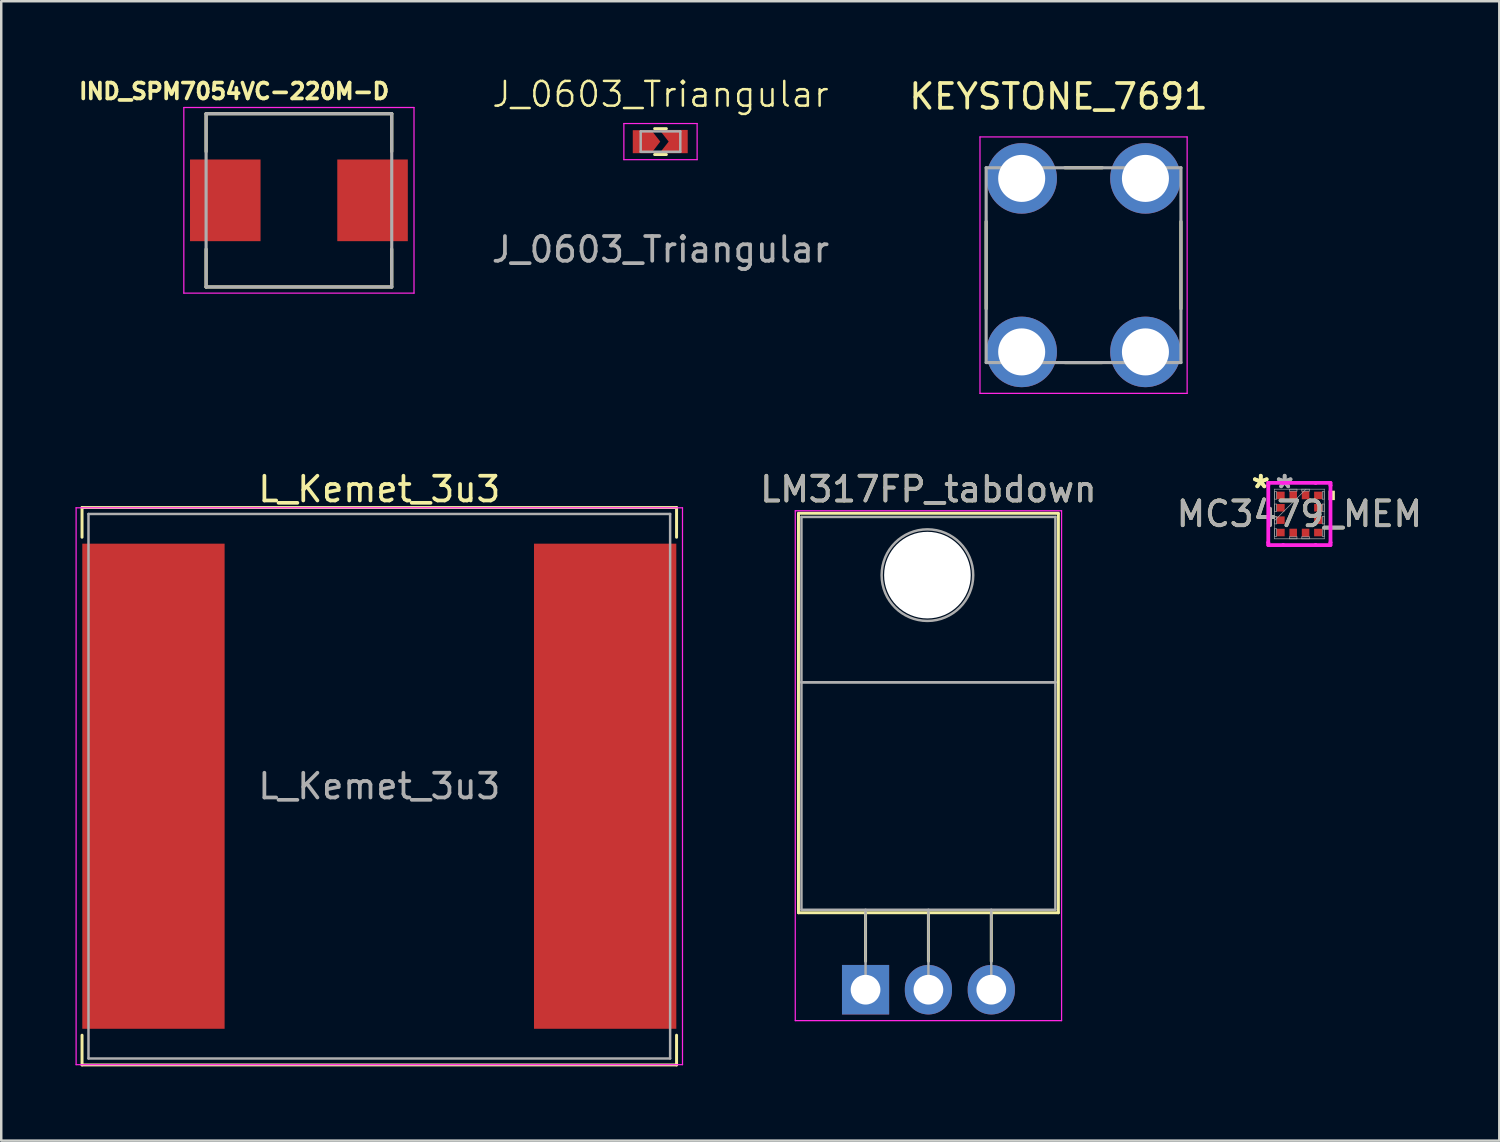
<source format=kicad_pcb>
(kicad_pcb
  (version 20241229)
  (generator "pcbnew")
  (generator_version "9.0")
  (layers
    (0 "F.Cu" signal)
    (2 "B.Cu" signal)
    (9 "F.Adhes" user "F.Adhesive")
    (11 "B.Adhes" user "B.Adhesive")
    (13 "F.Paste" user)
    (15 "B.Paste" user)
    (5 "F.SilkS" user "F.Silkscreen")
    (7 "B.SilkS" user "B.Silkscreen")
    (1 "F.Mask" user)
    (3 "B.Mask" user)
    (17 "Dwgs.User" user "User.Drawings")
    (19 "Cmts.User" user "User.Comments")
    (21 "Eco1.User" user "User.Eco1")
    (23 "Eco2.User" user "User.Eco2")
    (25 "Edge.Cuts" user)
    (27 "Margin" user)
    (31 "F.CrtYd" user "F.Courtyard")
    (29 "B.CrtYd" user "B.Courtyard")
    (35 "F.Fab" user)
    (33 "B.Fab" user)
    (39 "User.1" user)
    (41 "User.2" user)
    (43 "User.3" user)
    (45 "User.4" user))
  (footprint "L_Kemet_3u3"
    (layer "F.Cu")
    (at 12.275 28.716)
    (property "Reference" "L_Kemet_3u3" (at 0 -12 0) (layer "F.SilkS") (effects (font (size 1 1) (thickness 0.15))))
    (attr smd)
    (fp_line (start -12.01 -11.26) (end -12.01 -10.06) (stroke (width 0.12) (type solid)) (layer "F.SilkS"))
    (fp_line (start -12.01 -11.26) (end 12.01 -11.26) (stroke (width 0.12) (type solid)) (layer "F.SilkS"))
    (fp_line (start -12.01 11.26) (end -12.01 10.06) (stroke (width 0.12) (type solid)) (layer "F.SilkS"))
    (fp_line (start -12.01 11.26) (end 12.01 11.26) (stroke (width 0.12) (type solid)) (layer "F.SilkS"))
    (fp_line (start 12.01 -11.26) (end 12.01 -10.06) (stroke (width 0.12) (type solid)) (layer "F.SilkS"))
    (fp_line (start 12.01 11.26) (end 12.01 10.06) (stroke (width 0.12) (type solid)) (layer "F.SilkS"))
    (fp_line (start -12.25 -11.25) (end -12.25 11.25) (stroke (width 0.05) (type solid)) (layer "F.CrtYd"))
    (fp_line (start -12.25 11.25) (end 12.25 11.25) (stroke (width 0.05) (type solid)) (layer "F.CrtYd"))
    (fp_line (start 12.25 -11.25) (end -12.25 -11.25) (stroke (width 0.05) (type solid)) (layer "F.CrtYd"))
    (fp_line (start 12.25 11.25) (end 12.25 -11.25) (stroke (width 0.05) (type solid)) (layer "F.CrtYd"))
    (fp_line (start -11.75 -11) (end -11.75 11) (stroke (width 0.1) (type solid)) (layer "F.Fab"))
    (fp_line (start -11.75 11) (end 11.75 11) (stroke (width 0.1) (type solid)) (layer "F.Fab"))
    (fp_line (start 11.75 -11) (end -11.75 -11) (stroke (width 0.1) (type solid)) (layer "F.Fab"))
    (fp_line (start 11.75 11) (end 11.75 -11) (stroke (width 0.1) (type solid)) (layer "F.Fab"))
    (fp_text user "${REFERENCE}" (at 0 0 0) (layer "F.Fab") (effects (font (size 1 1) (thickness 0.15))))
    (pad "1" smd rect (at -9.125 0) (size 5.75 19.6) (layers "F.Cu" "F.Mask" "F.Paste"))
    (pad "2" smd rect (at 9.125 0) (size 5.75 19.6) (layers "F.Cu" "F.Mask" "F.Paste")))
  (footprint "IND_SPM7054VC-220M-D"
    (layer "F.Cu")
    (at 9.027 5.044)
    (property "Reference" "IND_SPM7054VC-220M-D" (at -2.618 -4.406 0) (layer "F.SilkS") (effects (font (size 0.64 0.64) (thickness 0.15))))
    (attr smd)
    (fp_line (start -3.75 -3.5) (end -3.75 -1.97) (stroke (width 0.127) (type solid)) (layer "F.SilkS"))
    (fp_line (start -3.75 -3.5) (end 3.75 -3.5) (stroke (width 0.127) (type solid)) (layer "F.SilkS"))
    (fp_line (start -3.75 3.5) (end -3.75 1.97) (stroke (width 0.127) (type solid)) (layer "F.SilkS"))
    (fp_line (start -3.75 3.5) (end 3.75 3.5) (stroke (width 0.127) (type solid)) (layer "F.SilkS"))
    (fp_line (start 3.75 -3.5) (end 3.75 -1.97) (stroke (width 0.127) (type solid)) (layer "F.SilkS"))
    (fp_line (start 3.75 3.5) (end 3.75 1.97) (stroke (width 0.127) (type solid)) (layer "F.SilkS"))
    (fp_line (start -4.65 -3.75) (end -4.65 3.75) (stroke (width 0.05) (type solid)) (layer "F.CrtYd"))
    (fp_line (start -4.65 3.75) (end 4.65 3.75) (stroke (width 0.05) (type solid)) (layer "F.CrtYd"))
    (fp_line (start 4.65 -3.75) (end -4.65 -3.75) (stroke (width 0.05) (type solid)) (layer "F.CrtYd"))
    (fp_line (start 4.65 3.75) (end 4.65 -3.75) (stroke (width 0.05) (type solid)) (layer "F.CrtYd"))
    (fp_line (start -3.75 -3.5) (end -3.75 3.5) (stroke (width 0.127) (type solid)) (layer "F.Fab"))
    (fp_line (start -3.75 -3.5) (end 3.75 -3.5) (stroke (width 0.127) (type solid)) (layer "F.Fab"))
    (fp_line (start -3.75 3.5) (end 3.75 3.5) (stroke (width 0.127) (type solid)) (layer "F.Fab"))
    (fp_line (start 3.75 -3.5) (end 3.75 3.5) (stroke (width 0.127) (type solid)) (layer "F.Fab"))
    (pad "1" smd rect (at -2.975 0) (size 2.85 3.3) (layers "F.Cu" "F.Mask" "F.Paste"))
    (pad "2" smd rect (at 2.975 0) (size 2.85 3.3) (layers "F.Cu" "F.Mask" "F.Paste")))
  (footprint "MC3479_MEM"
    (layer "F.Cu")
    (at 49.449 17.716)
    (property "Reference" "MC3479_MEM" (at 0 0 0) (unlocked yes) (layer "F.SilkS") (effects (font (size 1 1) (thickness 0.15))))
    (attr smd)
    (fp_poly (pts (xy 1.433 -0.941) (xy 1.433 -0.56) (xy 1.179 -0.56) (xy 1.179 -0.941)) (stroke (width 0) (type solid)) (fill yes) (layer "F.SilkS"))
    (fp_line (start -1.257 -1.257) (end -0.656 -1.257) (stroke (width 0.152) (type solid)) (layer "F.CrtYd"))
    (fp_line (start -1.257 -1.156) (end -1.257 -1.257) (stroke (width 0.152) (type solid)) (layer "F.CrtYd"))
    (fp_line (start -1.257 -1.156) (end -1.257 -1.156) (stroke (width 0.152) (type solid)) (layer "F.CrtYd"))
    (fp_line (start -1.257 1.156) (end -1.257 -1.156) (stroke (width 0.152) (type solid)) (layer "F.CrtYd"))
    (fp_line (start -1.257 1.156) (end -1.257 1.156) (stroke (width 0.152) (type solid)) (layer "F.CrtYd"))
    (fp_line (start -1.257 1.257) (end -1.257 1.156) (stroke (width 0.152) (type solid)) (layer "F.CrtYd"))
    (fp_line (start -0.656 -1.257) (end -0.656 -1.257) (stroke (width 0.152) (type solid)) (layer "F.CrtYd"))
    (fp_line (start -0.656 -1.257) (end 0.656 -1.257) (stroke (width 0.152) (type solid)) (layer "F.CrtYd"))
    (fp_line (start -0.656 1.257) (end -1.257 1.257) (stroke (width 0.152) (type solid)) (layer "F.CrtYd"))
    (fp_line (start -0.656 1.257) (end -0.656 1.257) (stroke (width 0.152) (type solid)) (layer "F.CrtYd"))
    (fp_line (start 0.656 -1.257) (end 0.656 -1.257) (stroke (width 0.152) (type solid)) (layer "F.CrtYd"))
    (fp_line (start 0.656 -1.257) (end 1.257 -1.257) (stroke (width 0.152) (type solid)) (layer "F.CrtYd"))
    (fp_line (start 0.656 1.257) (end -0.656 1.257) (stroke (width 0.152) (type solid)) (layer "F.CrtYd"))
    (fp_line (start 0.656 1.257) (end 0.656 1.257) (stroke (width 0.152) (type solid)) (layer "F.CrtYd"))
    (fp_line (start 1.257 -1.257) (end 1.257 -1.156) (stroke (width 0.152) (type solid)) (layer "F.CrtYd"))
    (fp_line (start 1.257 -1.156) (end 1.257 -1.156) (stroke (width 0.152) (type solid)) (layer "F.CrtYd"))
    (fp_line (start 1.257 -1.156) (end 1.257 1.156) (stroke (width 0.152) (type solid)) (layer "F.CrtYd"))
    (fp_line (start 1.257 1.156) (end 1.257 1.156) (stroke (width 0.152) (type solid)) (layer "F.CrtYd"))
    (fp_line (start 1.257 1.156) (end 1.257 1.257) (stroke (width 0.152) (type solid)) (layer "F.CrtYd"))
    (fp_line (start 1.257 1.257) (end 0.656 1.257) (stroke (width 0.152) (type solid)) (layer "F.CrtYd"))
    (fp_line (start -1.003 -1.003) (end -1.003 -1.003) (stroke (width 0.025) (type solid)) (layer "F.Fab"))
    (fp_line (start -1.003 -1.003) (end -1.003 1.003) (stroke (width 0.025) (type solid)) (layer "F.Fab"))
    (fp_line (start -1.003 -0.902) (end -0.925 -0.902) (stroke (width 0.025) (type solid)) (layer "F.Fab"))
    (fp_line (start -1.003 -0.598) (end -1.003 -0.902) (stroke (width 0.025) (type solid)) (layer "F.Fab"))
    (fp_line (start -1.003 -0.402) (end -0.925 -0.402) (stroke (width 0.025) (type solid)) (layer "F.Fab"))
    (fp_line (start -1.003 -0.098) (end -1.003 -0.402) (stroke (width 0.025) (type solid)) (layer "F.Fab"))
    (fp_line (start -1.003 0.098) (end -0.925 0.098) (stroke (width 0.025) (type solid)) (layer "F.Fab"))
    (fp_line (start -1.003 0.267) (end 0.267 -1.003) (stroke (width 0.025) (type solid)) (layer "F.Fab"))
    (fp_line (start -1.003 0.402) (end -1.003 0.098) (stroke (width 0.025) (type solid)) (layer "F.Fab"))
    (fp_line (start -1.003 0.598) (end -0.925 0.598) (stroke (width 0.025) (type solid)) (layer "F.Fab"))
    (fp_line (start -1.003 0.902) (end -1.003 0.598) (stroke (width 0.025) (type solid)) (layer "F.Fab"))
    (fp_line (start -1.003 1.003) (end -1.003 1.003) (stroke (width 0.025) (type solid)) (layer "F.Fab"))
    (fp_line (start -1.003 1.003) (end 1.003 1.003) (stroke (width 0.025) (type solid)) (layer "F.Fab"))
    (fp_line (start -0.925 -0.902) (end -0.925 -0.598) (stroke (width 0.025) (type solid)) (layer "F.Fab"))
    (fp_line (start -0.925 -0.598) (end -1.003 -0.598) (stroke (width 0.025) (type solid)) (layer "F.Fab"))
    (fp_line (start -0.925 -0.402) (end -0.925 -0.098) (stroke (width 0.025) (type solid)) (layer "F.Fab"))
    (fp_line (start -0.925 -0.098) (end -1.003 -0.098) (stroke (width 0.025) (type solid)) (layer "F.Fab"))
    (fp_line (start -0.925 0.098) (end -0.925 0.402) (stroke (width 0.025) (type solid)) (layer "F.Fab"))
    (fp_line (start -0.925 0.402) (end -1.003 0.402) (stroke (width 0.025) (type solid)) (layer "F.Fab"))
    (fp_line (start -0.925 0.598) (end -0.925 0.902) (stroke (width 0.025) (type solid)) (layer "F.Fab"))
    (fp_line (start -0.925 0.902) (end -1.003 0.902) (stroke (width 0.025) (type solid)) (layer "F.Fab"))
    (fp_line (start -0.402 -1.003) (end -0.098 -1.003) (stroke (width 0.025) (type solid)) (layer "F.Fab"))
    (fp_line (start -0.402 -0.925) (end -0.402 -1.003) (stroke (width 0.025) (type solid)) (layer "F.Fab"))
    (fp_line (start -0.402 0.925) (end -0.098 0.925) (stroke (width 0.025) (type solid)) (layer "F.Fab"))
    (fp_line (start -0.402 1.003) (end -0.402 0.925) (stroke (width 0.025) (type solid)) (layer "F.Fab"))
    (fp_line (start -0.098 -1.003) (end -0.098 -0.925) (stroke (width 0.025) (type solid)) (layer "F.Fab"))
    (fp_line (start -0.098 -0.925) (end -0.402 -0.925) (stroke (width 0.025) (type solid)) (layer "F.Fab"))
    (fp_line (start -0.098 0.925) (end -0.098 1.003) (stroke (width 0.025) (type solid)) (layer "F.Fab"))
    (fp_line (start -0.098 1.003) (end -0.402 1.003) (stroke (width 0.025) (type solid)) (layer "F.Fab"))
    (fp_line (start 0.098 -1.003) (end 0.402 -1.003) (stroke (width 0.025) (type solid)) (layer "F.Fab"))
    (fp_line (start 0.098 -0.925) (end 0.098 -1.003) (stroke (width 0.025) (type solid)) (layer "F.Fab"))
    (fp_line (start 0.098 0.925) (end 0.402 0.925) (stroke (width 0.025) (type solid)) (layer "F.Fab"))
    (fp_line (start 0.098 1.003) (end 0.098 0.925) (stroke (width 0.025) (type solid)) (layer "F.Fab"))
    (fp_line (start 0.402 -1.003) (end 0.402 -0.925) (stroke (width 0.025) (type solid)) (layer "F.Fab"))
    (fp_line (start 0.402 -0.925) (end 0.098 -0.925) (stroke (width 0.025) (type solid)) (layer "F.Fab"))
    (fp_line (start 0.402 0.925) (end 0.402 1.003) (stroke (width 0.025) (type solid)) (layer "F.Fab"))
    (fp_line (start 0.402 1.003) (end 0.098 1.003) (stroke (width 0.025) (type solid)) (layer "F.Fab"))
    (fp_line (start 0.925 -0.902) (end 1.003 -0.902) (stroke (width 0.025) (type solid)) (layer "F.Fab"))
    (fp_line (start 0.925 -0.598) (end 0.925 -0.902) (stroke (width 0.025) (type solid)) (layer "F.Fab"))
    (fp_line (start 0.925 -0.402) (end 1.003 -0.402) (stroke (width 0.025) (type solid)) (layer "F.Fab"))
    (fp_line (start 0.925 -0.098) (end 0.925 -0.402) (stroke (width 0.025) (type solid)) (layer "F.Fab"))
    (fp_line (start 0.925 0.098) (end 1.003 0.098) (stroke (width 0.025) (type solid)) (layer "F.Fab"))
    (fp_line (start 0.925 0.402) (end 0.925 0.098) (stroke (width 0.025) (type solid)) (layer "F.Fab"))
    (fp_line (start 0.925 0.598) (end 1.003 0.598) (stroke (width 0.025) (type solid)) (layer "F.Fab"))
    (fp_line (start 0.925 0.902) (end 0.925 0.598) (stroke (width 0.025) (type solid)) (layer "F.Fab"))
    (fp_line (start 1.003 -1.003) (end -1.003 -1.003) (stroke (width 0.025) (type solid)) (layer "F.Fab"))
    (fp_line (start 1.003 -1.003) (end 1.003 -1.003) (stroke (width 0.025) (type solid)) (layer "F.Fab"))
    (fp_line (start 1.003 -0.902) (end 1.003 -0.598) (stroke (width 0.025) (type solid)) (layer "F.Fab"))
    (fp_line (start 1.003 -0.598) (end 0.925 -0.598) (stroke (width 0.025) (type solid)) (layer "F.Fab"))
    (fp_line (start 1.003 -0.402) (end 1.003 -0.098) (stroke (width 0.025) (type solid)) (layer "F.Fab"))
    (fp_line (start 1.003 -0.098) (end 0.925 -0.098) (stroke (width 0.025) (type solid)) (layer "F.Fab"))
    (fp_line (start 1.003 0.098) (end 1.003 0.402) (stroke (width 0.025) (type solid)) (layer "F.Fab"))
    (fp_line (start 1.003 0.402) (end 0.925 0.402) (stroke (width 0.025) (type solid)) (layer "F.Fab"))
    (fp_line (start 1.003 0.598) (end 1.003 0.902) (stroke (width 0.025) (type solid)) (layer "F.Fab"))
    (fp_line (start 1.003 0.902) (end 0.925 0.902) (stroke (width 0.025) (type solid)) (layer "F.Fab"))
    (fp_line (start 1.003 1.003) (end 1.003 -1.003) (stroke (width 0.025) (type solid)) (layer "F.Fab"))
    (fp_line (start 1.003 1.003) (end 1.003 1.003) (stroke (width 0.025) (type solid)) (layer "F.Fab"))
    (fp_text user "*" (at -1.56 -1 0) (layer "F.SilkS") (effects (font (size 1 1) (thickness 0.15))))
    (fp_text user "*" (at -1.56 -1 0) (unlocked yes) (layer "F.SilkS") (effects (font (size 1 1) (thickness 0.15))))
    (fp_text user "${REFERENCE}" (at 0 0 0) (unlocked yes) (layer "F.Fab") (effects (font (size 1 1) (thickness 0.15))))
    (fp_text user "*" (at -0.595 -1 0) (unlocked yes) (layer "F.Fab") (effects (font (size 1 1) (thickness 0.15))))
    (fp_text user "*" (at -0.595 -1 0) (layer "F.Fab") (effects (font (size 1 1) (thickness 0.15))))
    (pad "1" smd rect (at -0.76 -0.75 90) (size 0.305 0.33) (layers "F.Cu" "F.Mask" "F.Paste"))
    (pad "2" smd rect (at -0.76 -0.25 90) (size 0.305 0.33) (layers "F.Cu" "F.Mask" "F.Paste"))
    (pad "3" smd rect (at -0.76 0.25 90) (size 0.305 0.33) (layers "F.Cu" "F.Mask" "F.Paste"))
    (pad "4" smd rect (at -0.76 0.75 90) (size 0.305 0.33) (layers "F.Cu" "F.Mask" "F.Paste"))
    (pad "5" smd rect (at -0.25 0.76) (size 0.305 0.33) (layers "F.Cu" "F.Mask" "F.Paste"))
    (pad "6" smd rect (at 0.25 0.76) (size 0.305 0.33) (layers "F.Cu" "F.Mask" "F.Paste"))
    (pad "7" smd rect (at 0.76 0.75 90) (size 0.305 0.33) (layers "F.Cu" "F.Mask" "F.Paste"))
    (pad "8" smd rect (at 0.76 0.25 90) (size 0.305 0.33) (layers "F.Cu" "F.Mask" "F.Paste"))
    (pad "9" smd rect (at 0.76 -0.25 90) (size 0.305 0.33) (layers "F.Cu" "F.Mask" "F.Paste"))
    (pad "10" smd rect (at 0.76 -0.75 90) (size 0.305 0.33) (layers "F.Cu" "F.Mask" "F.Paste"))
    (pad "11" smd rect (at 0.25 -0.76) (size 0.305 0.33) (layers "F.Cu" "F.Mask" "F.Paste"))
    (pad "12" smd rect (at -0.25 -0.76) (size 0.305 0.33) (layers "F.Cu" "F.Mask" "F.Paste")))
  (footprint "LM317FP_tabdown"
    (layer "F.Cu")
    (at 31.921 36.937)
    (property "Reference" "LM317FP_tabdown" (at 2.54 -20.22 0) (layer "F.SilkS") (effects (font (size 1 1) (thickness 0.15))))
    (attr through_hole)
    (fp_line (start -2.71 -19.25) (end 7.79 -19.25) (stroke (width 0.12) (type solid)) (layer "F.SilkS"))
    (fp_line (start -2.71 -19.22) (end -2.71 -3.11) (stroke (width 0.12) (type solid)) (layer "F.SilkS"))
    (fp_line (start -2.71 -3.11) (end 7.79 -3.11) (stroke (width 0.12) (type solid)) (layer "F.SilkS"))
    (fp_line (start 0 -3.11) (end 0 -1.15) (stroke (width 0.12) (type solid)) (layer "F.SilkS"))
    (fp_line (start 2.54 -3.11) (end 2.54 -1.15) (stroke (width 0.12) (type solid)) (layer "F.SilkS"))
    (fp_line (start 5.08 -3.11) (end 5.08 -1.15) (stroke (width 0.12) (type solid)) (layer "F.SilkS"))
    (fp_line (start 7.79 -19.22) (end 7.79 -3.11) (stroke (width 0.12) (type solid)) (layer "F.SilkS"))
    (fp_line (start -2.84 -19.35) (end -2.84 1.25) (stroke (width 0.05) (type solid)) (layer "F.CrtYd"))
    (fp_line (start -2.84 1.25) (end 7.92 1.25) (stroke (width 0.05) (type solid)) (layer "F.CrtYd"))
    (fp_line (start 7.92 -19.35) (end -2.84 -19.35) (stroke (width 0.05) (type solid)) (layer "F.CrtYd"))
    (fp_line (start 7.92 1.25) (end 7.92 -19.35) (stroke (width 0.05) (type solid)) (layer "F.CrtYd"))
    (fp_line (start -2.59 -19.1) (end 7.67 -19.1) (stroke (width 0.1) (type solid)) (layer "F.Fab"))
    (fp_line (start -2.59 -12.42) (end -2.59 -19.1) (stroke (width 0.1) (type solid)) (layer "F.Fab"))
    (fp_line (start -2.59 -12.42) (end 7.67 -12.42) (stroke (width 0.1) (type solid)) (layer "F.Fab"))
    (fp_line (start -2.59 -3.23) (end -2.59 -12.42) (stroke (width 0.1) (type solid)) (layer "F.Fab"))
    (fp_line (start 0 -3.23) (end 0 0) (stroke (width 0.1) (type solid)) (layer "F.Fab"))
    (fp_line (start 2.54 -3.23) (end 2.54 0) (stroke (width 0.1) (type solid)) (layer "F.Fab"))
    (fp_line (start 5.08 -3.23) (end 5.08 0) (stroke (width 0.1) (type solid)) (layer "F.Fab"))
    (fp_line (start 7.67 -19.1) (end 7.67 -12.42) (stroke (width 0.1) (type solid)) (layer "F.Fab"))
    (fp_line (start 7.67 -12.42) (end -2.59 -12.42) (stroke (width 0.1) (type solid)) (layer "F.Fab"))
    (fp_line (start 7.67 -12.42) (end 7.67 -3.23) (stroke (width 0.1) (type solid)) (layer "F.Fab"))
    (fp_line (start 7.67 -3.23) (end -2.59 -3.23) (stroke (width 0.1) (type solid)) (layer "F.Fab"))
    (fp_circle (center 2.5 -16.75) (end 4.35 -16.75) (stroke (width 0.1) (type solid)) (fill no) (layer "F.Fab"))
    (fp_text user "${REFERENCE}" (at 2.54 -20.22 0) (layer "F.Fab") (effects (font (size 1 1) (thickness 0.15))))
    (pad "" np_thru_hole oval (at 2.5 -16.75) (size 3.5 3.5) (drill 3.5) (layers "*.Cu" "*.Mask"))
    (pad "1" thru_hole rect (at 0 0) (size 1.905 2) (drill 1.2) (layers "*.Cu" "*.Mask"))
    (pad "2" thru_hole oval (at 2.54 0) (size 1.905 2) (drill 1.2) (layers "*.Cu" "*.Mask"))
    (pad "3" thru_hole oval (at 5.08 0) (size 1.905 2) (drill 1.2) (layers "*.Cu" "*.Mask")))
  (footprint "KEYSTONE_7691"
    (layer "F.Cu")
    (at 40.729 7.663)
    (property "Reference" "KEYSTONE_7691" (at -1.01 -6.815 0) (layer "F.SilkS") (effects (font (size 1 1) (thickness 0.15))))
    (attr through_hole)
    (fp_line (start -3.935 -1.76) (end -3.935 1.76) (stroke (width 0.127) (type solid)) (layer "F.SilkS"))
    (fp_line (start -0.755 -3.935) (end 0.755 -3.935) (stroke (width 0.127) (type solid)) (layer "F.SilkS"))
    (fp_line (start -0.755 3.935) (end 0.755 3.935) (stroke (width 0.127) (type solid)) (layer "F.SilkS"))
    (fp_line (start 3.935 -1.76) (end 3.935 1.76) (stroke (width 0.127) (type solid)) (layer "F.SilkS"))
    (fp_line (start -4.185 -5.18) (end -4.185 5.18) (stroke (width 0.05) (type solid)) (layer "F.CrtYd"))
    (fp_line (start -4.185 5.18) (end 4.185 5.18) (stroke (width 0.05) (type solid)) (layer "F.CrtYd"))
    (fp_line (start 4.185 -5.18) (end -4.185 -5.18) (stroke (width 0.05) (type solid)) (layer "F.CrtYd"))
    (fp_line (start 4.185 5.18) (end 4.185 -5.18) (stroke (width 0.05) (type solid)) (layer "F.CrtYd"))
    (fp_line (start -3.935 -3.935) (end -3.935 3.935) (stroke (width 0.127) (type solid)) (layer "F.Fab"))
    (fp_line (start -3.935 3.935) (end 3.935 3.935) (stroke (width 0.127) (type solid)) (layer "F.Fab"))
    (fp_line (start 3.935 -3.935) (end -3.935 -3.935) (stroke (width 0.127) (type solid)) (layer "F.Fab"))
    (fp_line (start 3.935 3.935) (end 3.935 -3.935) (stroke (width 0.127) (type solid)) (layer "F.Fab"))
    (pad "1_1" thru_hole circle (at -2.5 3.505) (size 2.85 2.85) (drill 1.9) (layers "*.Cu" "*.Mask"))
    (pad "1_2" thru_hole circle (at 2.5 3.505) (size 2.85 2.85) (drill 1.9) (layers "*.Cu" "*.Mask"))
    (pad "1_3" thru_hole circle (at 2.5 -3.505) (size 2.85 2.85) (drill 1.9) (layers "*.Cu" "*.Mask"))
    (pad "1_4" thru_hole circle (at -2.5 -3.505) (size 2.85 2.85) (drill 1.9) (layers "*.Cu" "*.Mask")))
  (footprint "J_0603_Triangular"
    (layer "F.Cu")
    (at 23.626 2.651)
    (property "Reference" "J_0603_Triangular" (at 0.01 -1.89 0) (unlocked yes) (layer "F.SilkS") (effects (font (size 1 1) (thickness 0.1))))
    (attr smd)
    (fp_line (start -0.227 -0.502) (end 0.247 -0.502) (stroke (width 0.12) (type solid)) (layer "F.SilkS"))
    (fp_line (start -0.227 0.542) (end 0.247 0.542) (stroke (width 0.12) (type solid)) (layer "F.SilkS"))
    (fp_line (start -1.47 -0.71) (end 1.49 -0.71) (stroke (width 0.05) (type solid)) (layer "F.CrtYd"))
    (fp_line (start -1.47 0.75) (end -1.47 -0.71) (stroke (width 0.05) (type solid)) (layer "F.CrtYd"))
    (fp_line (start 1.49 -0.71) (end 1.49 0.75) (stroke (width 0.05) (type solid)) (layer "F.CrtYd"))
    (fp_line (start 1.49 0.75) (end -1.47 0.75) (stroke (width 0.05) (type solid)) (layer "F.CrtYd"))
    (fp_line (start -0.79 -0.393) (end 0.81 -0.393) (stroke (width 0.1) (type solid)) (layer "F.Fab"))
    (fp_line (start -0.79 0.432) (end -0.79 -0.393) (stroke (width 0.1) (type solid)) (layer "F.Fab"))
    (fp_line (start 0.81 -0.393) (end 0.81 0.432) (stroke (width 0.1) (type solid)) (layer "F.Fab"))
    (fp_line (start 0.81 0.432) (end -0.79 0.432) (stroke (width 0.1) (type solid)) (layer "F.Fab"))
    (fp_text user "${REFERENCE}" (at 0.01 4.38 0) (unlocked yes) (layer "F.Fab") (effects (font (size 1 1) (thickness 0.15))))
    (pad "1" smd custom (at -0.83 0.02) (size 0.3 0.3) (layers "F.Cu" "F.Mask") (options (anchor rect)) (primitives (gr_poly (pts (xy 0.83 0) (xy 0.47 0.47) (xy -0.28 0.47) (xy -0.28 -0.46) (xy 0.47 -0.46)) (width 0) (fill yes))))
    (pad "2" smd custom (at 0.49 0.02) (size 0.3 0.3) (layers "F.Cu" "F.Mask") (options (anchor rect)) (primitives (gr_poly (pts (xy 0.62 0.47) (xy -0.52 0.47) (xy -0.15 0) (xy -0.52 -0.47) (xy 0.62 -0.47)) (width 0) (fill yes)))))
  (gr_rect
    (start -3 -3)
    (end 57.526 43.036)
    (stroke (width 0.1) (type default))
    (fill no)
    (layer "Edge.Cuts")))
</source>
